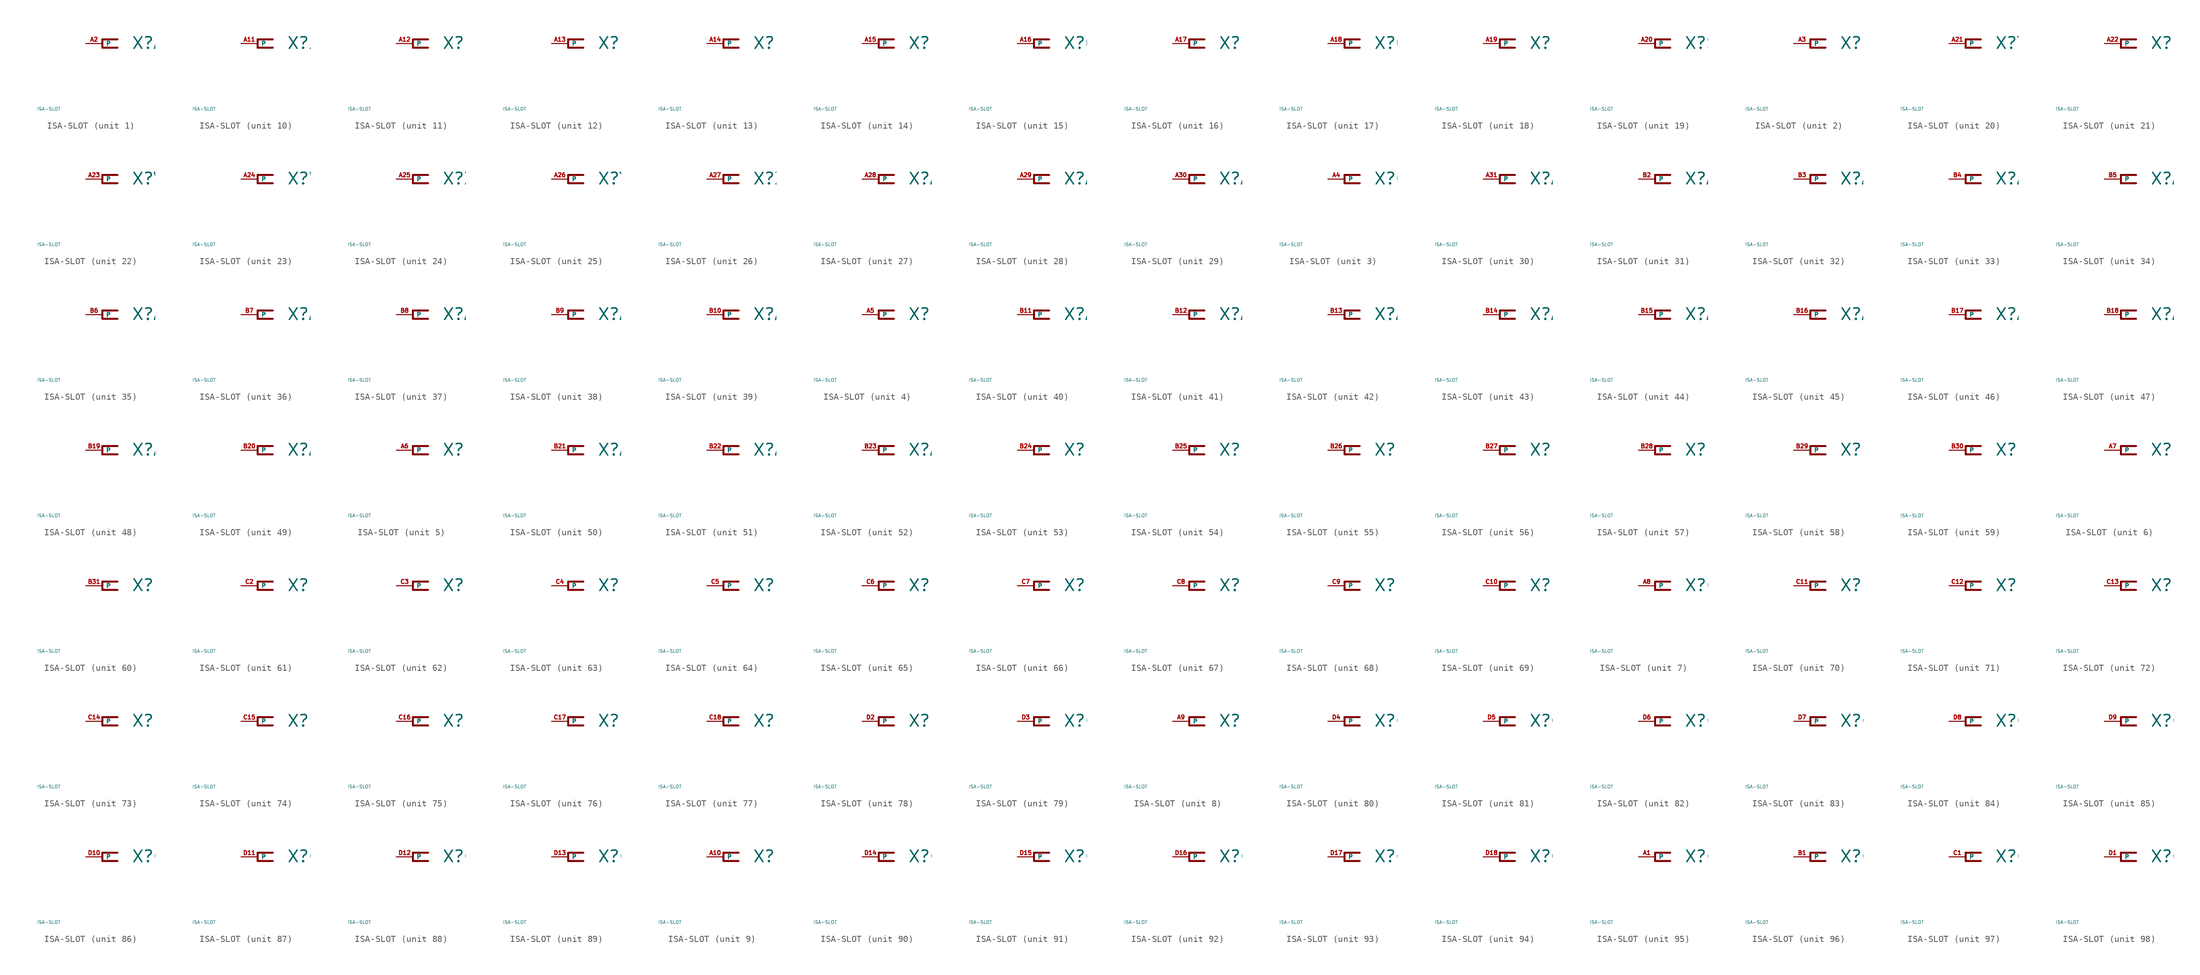
<source format=kicad_sym>
(kicad_symbol_lib
  (version 20220914)
  (generator Eagle2Kicad)
  (symbol "ISA-SLOT"
    (property "Reference" "X"
      (at 4.445 -0.965 0)
      (effects (font (size 1.778 1.778) (thickness 0.22)) (justify left bottom)))
    (property "Value" "ISA-SLOT"
      (at -10 -10 0)
      (effects (font (size 0.5 0.5) (thickness 0.06)) (justify left)))
    (symbol "ISA-SLOT_1_0"
      (polyline (pts (xy 0 0.635) (xy 2.311 0.635)) (stroke (width 0.305) (type default)) (fill (type none)))
      (polyline (pts (xy 2.311 -0.635) (xy 0 -0.635)) (stroke (width 0.305) (type default)) (fill (type none)))
      (polyline (pts (xy 0 -0.635) (xy 0 0.635)) (stroke (width 0.305) (type default)) (fill (type none)))
      (pin passive line (at -2.54 0 0) (length 2.54) (name "P" (effects (font (size 0.635 0.635) (thickness 0.08)) (justify left bottom))) (number "A2" (effects (font (size 0.635 0.635) (thickness 0.08)) (justify left bottom)))))
    (symbol "ISA-SLOT_2_0"
      (polyline (pts (xy 0 0.635) (xy 2.311 0.635)) (stroke (width 0.305) (type default)) (fill (type none)))
      (polyline (pts (xy 2.311 -0.635) (xy 0 -0.635)) (stroke (width 0.305) (type default)) (fill (type none)))
      (polyline (pts (xy 0 -0.635) (xy 0 0.635)) (stroke (width 0.305) (type default)) (fill (type none)))
      (pin passive line (at -2.54 0 0) (length 2.54) (name "P" (effects (font (size 0.635 0.635) (thickness 0.08)) (justify left bottom))) (number "A3" (effects (font (size 0.635 0.635) (thickness 0.08)) (justify left bottom)))))
    (symbol "ISA-SLOT_3_0"
      (polyline (pts (xy 0 0.635) (xy 2.311 0.635)) (stroke (width 0.305) (type default)) (fill (type none)))
      (polyline (pts (xy 2.311 -0.635) (xy 0 -0.635)) (stroke (width 0.305) (type default)) (fill (type none)))
      (polyline (pts (xy 0 -0.635) (xy 0 0.635)) (stroke (width 0.305) (type default)) (fill (type none)))
      (pin passive line (at -2.54 0 0) (length 2.54) (name "P" (effects (font (size 0.635 0.635) (thickness 0.08)) (justify left bottom))) (number "A4" (effects (font (size 0.635 0.635) (thickness 0.08)) (justify left bottom)))))
    (symbol "ISA-SLOT_4_0"
      (polyline (pts (xy 0 0.635) (xy 2.311 0.635)) (stroke (width 0.305) (type default)) (fill (type none)))
      (polyline (pts (xy 2.311 -0.635) (xy 0 -0.635)) (stroke (width 0.305) (type default)) (fill (type none)))
      (polyline (pts (xy 0 -0.635) (xy 0 0.635)) (stroke (width 0.305) (type default)) (fill (type none)))
      (pin passive line (at -2.54 0 0) (length 2.54) (name "P" (effects (font (size 0.635 0.635) (thickness 0.08)) (justify left bottom))) (number "A5" (effects (font (size 0.635 0.635) (thickness 0.08)) (justify left bottom)))))
    (symbol "ISA-SLOT_5_0"
      (polyline (pts (xy 0 0.635) (xy 2.311 0.635)) (stroke (width 0.305) (type default)) (fill (type none)))
      (polyline (pts (xy 2.311 -0.635) (xy 0 -0.635)) (stroke (width 0.305) (type default)) (fill (type none)))
      (polyline (pts (xy 0 -0.635) (xy 0 0.635)) (stroke (width 0.305) (type default)) (fill (type none)))
      (pin passive line (at -2.54 0 0) (length 2.54) (name "P" (effects (font (size 0.635 0.635) (thickness 0.08)) (justify left bottom))) (number "A6" (effects (font (size 0.635 0.635) (thickness 0.08)) (justify left bottom)))))
    (symbol "ISA-SLOT_6_0"
      (polyline (pts (xy 0 0.635) (xy 2.311 0.635)) (stroke (width 0.305) (type default)) (fill (type none)))
      (polyline (pts (xy 2.311 -0.635) (xy 0 -0.635)) (stroke (width 0.305) (type default)) (fill (type none)))
      (polyline (pts (xy 0 -0.635) (xy 0 0.635)) (stroke (width 0.305) (type default)) (fill (type none)))
      (pin passive line (at -2.54 0 0) (length 2.54) (name "P" (effects (font (size 0.635 0.635) (thickness 0.08)) (justify left bottom))) (number "A7" (effects (font (size 0.635 0.635) (thickness 0.08)) (justify left bottom)))))
    (symbol "ISA-SLOT_7_0"
      (polyline (pts (xy 0 0.635) (xy 2.311 0.635)) (stroke (width 0.305) (type default)) (fill (type none)))
      (polyline (pts (xy 2.311 -0.635) (xy 0 -0.635)) (stroke (width 0.305) (type default)) (fill (type none)))
      (polyline (pts (xy 0 -0.635) (xy 0 0.635)) (stroke (width 0.305) (type default)) (fill (type none)))
      (pin passive line (at -2.54 0 0) (length 2.54) (name "P" (effects (font (size 0.635 0.635) (thickness 0.08)) (justify left bottom))) (number "A8" (effects (font (size 0.635 0.635) (thickness 0.08)) (justify left bottom)))))
    (symbol "ISA-SLOT_8_0"
      (polyline (pts (xy 0 0.635) (xy 2.311 0.635)) (stroke (width 0.305) (type default)) (fill (type none)))
      (polyline (pts (xy 2.311 -0.635) (xy 0 -0.635)) (stroke (width 0.305) (type default)) (fill (type none)))
      (polyline (pts (xy 0 -0.635) (xy 0 0.635)) (stroke (width 0.305) (type default)) (fill (type none)))
      (pin passive line (at -2.54 0 0) (length 2.54) (name "P" (effects (font (size 0.635 0.635) (thickness 0.08)) (justify left bottom))) (number "A9" (effects (font (size 0.635 0.635) (thickness 0.08)) (justify left bottom)))))
    (symbol "ISA-SLOT_9_0"
      (polyline (pts (xy 0 0.635) (xy 2.311 0.635)) (stroke (width 0.305) (type default)) (fill (type none)))
      (polyline (pts (xy 2.311 -0.635) (xy 0 -0.635)) (stroke (width 0.305) (type default)) (fill (type none)))
      (polyline (pts (xy 0 -0.635) (xy 0 0.635)) (stroke (width 0.305) (type default)) (fill (type none)))
      (pin passive line (at -2.54 0 0) (length 2.54) (name "P" (effects (font (size 0.635 0.635) (thickness 0.08)) (justify left bottom))) (number "A10" (effects (font (size 0.635 0.635) (thickness 0.08)) (justify left bottom)))))
    (symbol "ISA-SLOT_10_0"
      (polyline (pts (xy 0 0.635) (xy 2.311 0.635)) (stroke (width 0.305) (type default)) (fill (type none)))
      (polyline (pts (xy 2.311 -0.635) (xy 0 -0.635)) (stroke (width 0.305) (type default)) (fill (type none)))
      (polyline (pts (xy 0 -0.635) (xy 0 0.635)) (stroke (width 0.305) (type default)) (fill (type none)))
      (pin passive line (at -2.54 0 0) (length 2.54) (name "P" (effects (font (size 0.635 0.635) (thickness 0.08)) (justify left bottom))) (number "A11" (effects (font (size 0.635 0.635) (thickness 0.08)) (justify left bottom)))))
    (symbol "ISA-SLOT_11_0"
      (polyline (pts (xy 0 0.635) (xy 2.311 0.635)) (stroke (width 0.305) (type default)) (fill (type none)))
      (polyline (pts (xy 2.311 -0.635) (xy 0 -0.635)) (stroke (width 0.305) (type default)) (fill (type none)))
      (polyline (pts (xy 0 -0.635) (xy 0 0.635)) (stroke (width 0.305) (type default)) (fill (type none)))
      (pin passive line (at -2.54 0 0) (length 2.54) (name "P" (effects (font (size 0.635 0.635) (thickness 0.08)) (justify left bottom))) (number "A12" (effects (font (size 0.635 0.635) (thickness 0.08)) (justify left bottom)))))
    (symbol "ISA-SLOT_12_0"
      (polyline (pts (xy 0 0.635) (xy 2.311 0.635)) (stroke (width 0.305) (type default)) (fill (type none)))
      (polyline (pts (xy 2.311 -0.635) (xy 0 -0.635)) (stroke (width 0.305) (type default)) (fill (type none)))
      (polyline (pts (xy 0 -0.635) (xy 0 0.635)) (stroke (width 0.305) (type default)) (fill (type none)))
      (pin passive line (at -2.54 0 0) (length 2.54) (name "P" (effects (font (size 0.635 0.635) (thickness 0.08)) (justify left bottom))) (number "A13" (effects (font (size 0.635 0.635) (thickness 0.08)) (justify left bottom)))))
    (symbol "ISA-SLOT_13_0"
      (polyline (pts (xy 0 0.635) (xy 2.311 0.635)) (stroke (width 0.305) (type default)) (fill (type none)))
      (polyline (pts (xy 2.311 -0.635) (xy 0 -0.635)) (stroke (width 0.305) (type default)) (fill (type none)))
      (polyline (pts (xy 0 -0.635) (xy 0 0.635)) (stroke (width 0.305) (type default)) (fill (type none)))
      (pin passive line (at -2.54 0 0) (length 2.54) (name "P" (effects (font (size 0.635 0.635) (thickness 0.08)) (justify left bottom))) (number "A14" (effects (font (size 0.635 0.635) (thickness 0.08)) (justify left bottom)))))
    (symbol "ISA-SLOT_14_0"
      (polyline (pts (xy 0 0.635) (xy 2.311 0.635)) (stroke (width 0.305) (type default)) (fill (type none)))
      (polyline (pts (xy 2.311 -0.635) (xy 0 -0.635)) (stroke (width 0.305) (type default)) (fill (type none)))
      (polyline (pts (xy 0 -0.635) (xy 0 0.635)) (stroke (width 0.305) (type default)) (fill (type none)))
      (pin passive line (at -2.54 0 0) (length 2.54) (name "P" (effects (font (size 0.635 0.635) (thickness 0.08)) (justify left bottom))) (number "A15" (effects (font (size 0.635 0.635) (thickness 0.08)) (justify left bottom)))))
    (symbol "ISA-SLOT_15_0"
      (polyline (pts (xy 0 0.635) (xy 2.311 0.635)) (stroke (width 0.305) (type default)) (fill (type none)))
      (polyline (pts (xy 2.311 -0.635) (xy 0 -0.635)) (stroke (width 0.305) (type default)) (fill (type none)))
      (polyline (pts (xy 0 -0.635) (xy 0 0.635)) (stroke (width 0.305) (type default)) (fill (type none)))
      (pin passive line (at -2.54 0 0) (length 2.54) (name "P" (effects (font (size 0.635 0.635) (thickness 0.08)) (justify left bottom))) (number "A16" (effects (font (size 0.635 0.635) (thickness 0.08)) (justify left bottom)))))
    (symbol "ISA-SLOT_16_0"
      (polyline (pts (xy 0 0.635) (xy 2.311 0.635)) (stroke (width 0.305) (type default)) (fill (type none)))
      (polyline (pts (xy 2.311 -0.635) (xy 0 -0.635)) (stroke (width 0.305) (type default)) (fill (type none)))
      (polyline (pts (xy 0 -0.635) (xy 0 0.635)) (stroke (width 0.305) (type default)) (fill (type none)))
      (pin passive line (at -2.54 0 0) (length 2.54) (name "P" (effects (font (size 0.635 0.635) (thickness 0.08)) (justify left bottom))) (number "A17" (effects (font (size 0.635 0.635) (thickness 0.08)) (justify left bottom)))))
    (symbol "ISA-SLOT_17_0"
      (polyline (pts (xy 0 0.635) (xy 2.311 0.635)) (stroke (width 0.305) (type default)) (fill (type none)))
      (polyline (pts (xy 2.311 -0.635) (xy 0 -0.635)) (stroke (width 0.305) (type default)) (fill (type none)))
      (polyline (pts (xy 0 -0.635) (xy 0 0.635)) (stroke (width 0.305) (type default)) (fill (type none)))
      (pin passive line (at -2.54 0 0) (length 2.54) (name "P" (effects (font (size 0.635 0.635) (thickness 0.08)) (justify left bottom))) (number "A18" (effects (font (size 0.635 0.635) (thickness 0.08)) (justify left bottom)))))
    (symbol "ISA-SLOT_18_0"
      (polyline (pts (xy 0 0.635) (xy 2.311 0.635)) (stroke (width 0.305) (type default)) (fill (type none)))
      (polyline (pts (xy 2.311 -0.635) (xy 0 -0.635)) (stroke (width 0.305) (type default)) (fill (type none)))
      (polyline (pts (xy 0 -0.635) (xy 0 0.635)) (stroke (width 0.305) (type default)) (fill (type none)))
      (pin passive line (at -2.54 0 0) (length 2.54) (name "P" (effects (font (size 0.635 0.635) (thickness 0.08)) (justify left bottom))) (number "A19" (effects (font (size 0.635 0.635) (thickness 0.08)) (justify left bottom)))))
    (symbol "ISA-SLOT_19_0"
      (polyline (pts (xy 0 0.635) (xy 2.311 0.635)) (stroke (width 0.305) (type default)) (fill (type none)))
      (polyline (pts (xy 2.311 -0.635) (xy 0 -0.635)) (stroke (width 0.305) (type default)) (fill (type none)))
      (polyline (pts (xy 0 -0.635) (xy 0 0.635)) (stroke (width 0.305) (type default)) (fill (type none)))
      (pin passive line (at -2.54 0 0) (length 2.54) (name "P" (effects (font (size 0.635 0.635) (thickness 0.08)) (justify left bottom))) (number "A20" (effects (font (size 0.635 0.635) (thickness 0.08)) (justify left bottom)))))
    (symbol "ISA-SLOT_20_0"
      (polyline (pts (xy 0 0.635) (xy 2.311 0.635)) (stroke (width 0.305) (type default)) (fill (type none)))
      (polyline (pts (xy 2.311 -0.635) (xy 0 -0.635)) (stroke (width 0.305) (type default)) (fill (type none)))
      (polyline (pts (xy 0 -0.635) (xy 0 0.635)) (stroke (width 0.305) (type default)) (fill (type none)))
      (pin passive line (at -2.54 0 0) (length 2.54) (name "P" (effects (font (size 0.635 0.635) (thickness 0.08)) (justify left bottom))) (number "A21" (effects (font (size 0.635 0.635) (thickness 0.08)) (justify left bottom)))))
    (symbol "ISA-SLOT_21_0"
      (polyline (pts (xy 0 0.635) (xy 2.311 0.635)) (stroke (width 0.305) (type default)) (fill (type none)))
      (polyline (pts (xy 2.311 -0.635) (xy 0 -0.635)) (stroke (width 0.305) (type default)) (fill (type none)))
      (polyline (pts (xy 0 -0.635) (xy 0 0.635)) (stroke (width 0.305) (type default)) (fill (type none)))
      (pin passive line (at -2.54 0 0) (length 2.54) (name "P" (effects (font (size 0.635 0.635) (thickness 0.08)) (justify left bottom))) (number "A22" (effects (font (size 0.635 0.635) (thickness 0.08)) (justify left bottom)))))
    (symbol "ISA-SLOT_22_0"
      (polyline (pts (xy 0 0.635) (xy 2.311 0.635)) (stroke (width 0.305) (type default)) (fill (type none)))
      (polyline (pts (xy 2.311 -0.635) (xy 0 -0.635)) (stroke (width 0.305) (type default)) (fill (type none)))
      (polyline (pts (xy 0 -0.635) (xy 0 0.635)) (stroke (width 0.305) (type default)) (fill (type none)))
      (pin passive line (at -2.54 0 0) (length 2.54) (name "P" (effects (font (size 0.635 0.635) (thickness 0.08)) (justify left bottom))) (number "A23" (effects (font (size 0.635 0.635) (thickness 0.08)) (justify left bottom)))))
    (symbol "ISA-SLOT_23_0"
      (polyline (pts (xy 0 0.635) (xy 2.311 0.635)) (stroke (width 0.305) (type default)) (fill (type none)))
      (polyline (pts (xy 2.311 -0.635) (xy 0 -0.635)) (stroke (width 0.305) (type default)) (fill (type none)))
      (polyline (pts (xy 0 -0.635) (xy 0 0.635)) (stroke (width 0.305) (type default)) (fill (type none)))
      (pin passive line (at -2.54 0 0) (length 2.54) (name "P" (effects (font (size 0.635 0.635) (thickness 0.08)) (justify left bottom))) (number "A24" (effects (font (size 0.635 0.635) (thickness 0.08)) (justify left bottom)))))
    (symbol "ISA-SLOT_24_0"
      (polyline (pts (xy 0 0.635) (xy 2.311 0.635)) (stroke (width 0.305) (type default)) (fill (type none)))
      (polyline (pts (xy 2.311 -0.635) (xy 0 -0.635)) (stroke (width 0.305) (type default)) (fill (type none)))
      (polyline (pts (xy 0 -0.635) (xy 0 0.635)) (stroke (width 0.305) (type default)) (fill (type none)))
      (pin passive line (at -2.54 0 0) (length 2.54) (name "P" (effects (font (size 0.635 0.635) (thickness 0.08)) (justify left bottom))) (number "A25" (effects (font (size 0.635 0.635) (thickness 0.08)) (justify left bottom)))))
    (symbol "ISA-SLOT_25_0"
      (polyline (pts (xy 0 0.635) (xy 2.311 0.635)) (stroke (width 0.305) (type default)) (fill (type none)))
      (polyline (pts (xy 2.311 -0.635) (xy 0 -0.635)) (stroke (width 0.305) (type default)) (fill (type none)))
      (polyline (pts (xy 0 -0.635) (xy 0 0.635)) (stroke (width 0.305) (type default)) (fill (type none)))
      (pin passive line (at -2.54 0 0) (length 2.54) (name "P" (effects (font (size 0.635 0.635) (thickness 0.08)) (justify left bottom))) (number "A26" (effects (font (size 0.635 0.635) (thickness 0.08)) (justify left bottom)))))
    (symbol "ISA-SLOT_26_0"
      (polyline (pts (xy 0 0.635) (xy 2.311 0.635)) (stroke (width 0.305) (type default)) (fill (type none)))
      (polyline (pts (xy 2.311 -0.635) (xy 0 -0.635)) (stroke (width 0.305) (type default)) (fill (type none)))
      (polyline (pts (xy 0 -0.635) (xy 0 0.635)) (stroke (width 0.305) (type default)) (fill (type none)))
      (pin passive line (at -2.54 0 0) (length 2.54) (name "P" (effects (font (size 0.635 0.635) (thickness 0.08)) (justify left bottom))) (number "A27" (effects (font (size 0.635 0.635) (thickness 0.08)) (justify left bottom)))))
    (symbol "ISA-SLOT_27_0"
      (polyline (pts (xy 0 0.635) (xy 2.311 0.635)) (stroke (width 0.305) (type default)) (fill (type none)))
      (polyline (pts (xy 2.311 -0.635) (xy 0 -0.635)) (stroke (width 0.305) (type default)) (fill (type none)))
      (polyline (pts (xy 0 -0.635) (xy 0 0.635)) (stroke (width 0.305) (type default)) (fill (type none)))
      (pin passive line (at -2.54 0 0) (length 2.54) (name "P" (effects (font (size 0.635 0.635) (thickness 0.08)) (justify left bottom))) (number "A28" (effects (font (size 0.635 0.635) (thickness 0.08)) (justify left bottom)))))
    (symbol "ISA-SLOT_28_0"
      (polyline (pts (xy 0 0.635) (xy 2.311 0.635)) (stroke (width 0.305) (type default)) (fill (type none)))
      (polyline (pts (xy 2.311 -0.635) (xy 0 -0.635)) (stroke (width 0.305) (type default)) (fill (type none)))
      (polyline (pts (xy 0 -0.635) (xy 0 0.635)) (stroke (width 0.305) (type default)) (fill (type none)))
      (pin passive line (at -2.54 0 0) (length 2.54) (name "P" (effects (font (size 0.635 0.635) (thickness 0.08)) (justify left bottom))) (number "A29" (effects (font (size 0.635 0.635) (thickness 0.08)) (justify left bottom)))))
    (symbol "ISA-SLOT_29_0"
      (polyline (pts (xy 0 0.635) (xy 2.311 0.635)) (stroke (width 0.305) (type default)) (fill (type none)))
      (polyline (pts (xy 2.311 -0.635) (xy 0 -0.635)) (stroke (width 0.305) (type default)) (fill (type none)))
      (polyline (pts (xy 0 -0.635) (xy 0 0.635)) (stroke (width 0.305) (type default)) (fill (type none)))
      (pin passive line (at -2.54 0 0) (length 2.54) (name "P" (effects (font (size 0.635 0.635) (thickness 0.08)) (justify left bottom))) (number "A30" (effects (font (size 0.635 0.635) (thickness 0.08)) (justify left bottom)))))
    (symbol "ISA-SLOT_30_0"
      (polyline (pts (xy 0 0.635) (xy 2.311 0.635)) (stroke (width 0.305) (type default)) (fill (type none)))
      (polyline (pts (xy 2.311 -0.635) (xy 0 -0.635)) (stroke (width 0.305) (type default)) (fill (type none)))
      (polyline (pts (xy 0 -0.635) (xy 0 0.635)) (stroke (width 0.305) (type default)) (fill (type none)))
      (pin passive line (at -2.54 0 0) (length 2.54) (name "P" (effects (font (size 0.635 0.635) (thickness 0.08)) (justify left bottom))) (number "A31" (effects (font (size 0.635 0.635) (thickness 0.08)) (justify left bottom)))))
    (symbol "ISA-SLOT_31_0"
      (polyline (pts (xy 0 0.635) (xy 2.311 0.635)) (stroke (width 0.305) (type default)) (fill (type none)))
      (polyline (pts (xy 2.311 -0.635) (xy 0 -0.635)) (stroke (width 0.305) (type default)) (fill (type none)))
      (polyline (pts (xy 0 -0.635) (xy 0 0.635)) (stroke (width 0.305) (type default)) (fill (type none)))
      (pin passive line (at -2.54 0 0) (length 2.54) (name "P" (effects (font (size 0.635 0.635) (thickness 0.08)) (justify left bottom))) (number "B2" (effects (font (size 0.635 0.635) (thickness 0.08)) (justify left bottom)))))
    (symbol "ISA-SLOT_32_0"
      (polyline (pts (xy 0 0.635) (xy 2.311 0.635)) (stroke (width 0.305) (type default)) (fill (type none)))
      (polyline (pts (xy 2.311 -0.635) (xy 0 -0.635)) (stroke (width 0.305) (type default)) (fill (type none)))
      (polyline (pts (xy 0 -0.635) (xy 0 0.635)) (stroke (width 0.305) (type default)) (fill (type none)))
      (pin passive line (at -2.54 0 0) (length 2.54) (name "P" (effects (font (size 0.635 0.635) (thickness 0.08)) (justify left bottom))) (number "B3" (effects (font (size 0.635 0.635) (thickness 0.08)) (justify left bottom)))))
    (symbol "ISA-SLOT_33_0"
      (polyline (pts (xy 0 0.635) (xy 2.311 0.635)) (stroke (width 0.305) (type default)) (fill (type none)))
      (polyline (pts (xy 2.311 -0.635) (xy 0 -0.635)) (stroke (width 0.305) (type default)) (fill (type none)))
      (polyline (pts (xy 0 -0.635) (xy 0 0.635)) (stroke (width 0.305) (type default)) (fill (type none)))
      (pin passive line (at -2.54 0 0) (length 2.54) (name "P" (effects (font (size 0.635 0.635) (thickness 0.08)) (justify left bottom))) (number "B4" (effects (font (size 0.635 0.635) (thickness 0.08)) (justify left bottom)))))
    (symbol "ISA-SLOT_34_0"
      (polyline (pts (xy 0 0.635) (xy 2.311 0.635)) (stroke (width 0.305) (type default)) (fill (type none)))
      (polyline (pts (xy 2.311 -0.635) (xy 0 -0.635)) (stroke (width 0.305) (type default)) (fill (type none)))
      (polyline (pts (xy 0 -0.635) (xy 0 0.635)) (stroke (width 0.305) (type default)) (fill (type none)))
      (pin passive line (at -2.54 0 0) (length 2.54) (name "P" (effects (font (size 0.635 0.635) (thickness 0.08)) (justify left bottom))) (number "B5" (effects (font (size 0.635 0.635) (thickness 0.08)) (justify left bottom)))))
    (symbol "ISA-SLOT_35_0"
      (polyline (pts (xy 0 0.635) (xy 2.311 0.635)) (stroke (width 0.305) (type default)) (fill (type none)))
      (polyline (pts (xy 2.311 -0.635) (xy 0 -0.635)) (stroke (width 0.305) (type default)) (fill (type none)))
      (polyline (pts (xy 0 -0.635) (xy 0 0.635)) (stroke (width 0.305) (type default)) (fill (type none)))
      (pin passive line (at -2.54 0 0) (length 2.54) (name "P" (effects (font (size 0.635 0.635) (thickness 0.08)) (justify left bottom))) (number "B6" (effects (font (size 0.635 0.635) (thickness 0.08)) (justify left bottom)))))
    (symbol "ISA-SLOT_36_0"
      (polyline (pts (xy 0 0.635) (xy 2.311 0.635)) (stroke (width 0.305) (type default)) (fill (type none)))
      (polyline (pts (xy 2.311 -0.635) (xy 0 -0.635)) (stroke (width 0.305) (type default)) (fill (type none)))
      (polyline (pts (xy 0 -0.635) (xy 0 0.635)) (stroke (width 0.305) (type default)) (fill (type none)))
      (pin passive line (at -2.54 0 0) (length 2.54) (name "P" (effects (font (size 0.635 0.635) (thickness 0.08)) (justify left bottom))) (number "B7" (effects (font (size 0.635 0.635) (thickness 0.08)) (justify left bottom)))))
    (symbol "ISA-SLOT_37_0"
      (polyline (pts (xy 0 0.635) (xy 2.311 0.635)) (stroke (width 0.305) (type default)) (fill (type none)))
      (polyline (pts (xy 2.311 -0.635) (xy 0 -0.635)) (stroke (width 0.305) (type default)) (fill (type none)))
      (polyline (pts (xy 0 -0.635) (xy 0 0.635)) (stroke (width 0.305) (type default)) (fill (type none)))
      (pin passive line (at -2.54 0 0) (length 2.54) (name "P" (effects (font (size 0.635 0.635) (thickness 0.08)) (justify left bottom))) (number "B8" (effects (font (size 0.635 0.635) (thickness 0.08)) (justify left bottom)))))
    (symbol "ISA-SLOT_38_0"
      (polyline (pts (xy 0 0.635) (xy 2.311 0.635)) (stroke (width 0.305) (type default)) (fill (type none)))
      (polyline (pts (xy 2.311 -0.635) (xy 0 -0.635)) (stroke (width 0.305) (type default)) (fill (type none)))
      (polyline (pts (xy 0 -0.635) (xy 0 0.635)) (stroke (width 0.305) (type default)) (fill (type none)))
      (pin passive line (at -2.54 0 0) (length 2.54) (name "P" (effects (font (size 0.635 0.635) (thickness 0.08)) (justify left bottom))) (number "B9" (effects (font (size 0.635 0.635) (thickness 0.08)) (justify left bottom)))))
    (symbol "ISA-SLOT_39_0"
      (polyline (pts (xy 0 0.635) (xy 2.311 0.635)) (stroke (width 0.305) (type default)) (fill (type none)))
      (polyline (pts (xy 2.311 -0.635) (xy 0 -0.635)) (stroke (width 0.305) (type default)) (fill (type none)))
      (polyline (pts (xy 0 -0.635) (xy 0 0.635)) (stroke (width 0.305) (type default)) (fill (type none)))
      (pin passive line (at -2.54 0 0) (length 2.54) (name "P" (effects (font (size 0.635 0.635) (thickness 0.08)) (justify left bottom))) (number "B10" (effects (font (size 0.635 0.635) (thickness 0.08)) (justify left bottom)))))
    (symbol "ISA-SLOT_40_0"
      (polyline (pts (xy 0 0.635) (xy 2.311 0.635)) (stroke (width 0.305) (type default)) (fill (type none)))
      (polyline (pts (xy 2.311 -0.635) (xy 0 -0.635)) (stroke (width 0.305) (type default)) (fill (type none)))
      (polyline (pts (xy 0 -0.635) (xy 0 0.635)) (stroke (width 0.305) (type default)) (fill (type none)))
      (pin passive line (at -2.54 0 0) (length 2.54) (name "P" (effects (font (size 0.635 0.635) (thickness 0.08)) (justify left bottom))) (number "B11" (effects (font (size 0.635 0.635) (thickness 0.08)) (justify left bottom)))))
    (symbol "ISA-SLOT_41_0"
      (polyline (pts (xy 0 0.635) (xy 2.311 0.635)) (stroke (width 0.305) (type default)) (fill (type none)))
      (polyline (pts (xy 2.311 -0.635) (xy 0 -0.635)) (stroke (width 0.305) (type default)) (fill (type none)))
      (polyline (pts (xy 0 -0.635) (xy 0 0.635)) (stroke (width 0.305) (type default)) (fill (type none)))
      (pin passive line (at -2.54 0 0) (length 2.54) (name "P" (effects (font (size 0.635 0.635) (thickness 0.08)) (justify left bottom))) (number "B12" (effects (font (size 0.635 0.635) (thickness 0.08)) (justify left bottom)))))
    (symbol "ISA-SLOT_42_0"
      (polyline (pts (xy 0 0.635) (xy 2.311 0.635)) (stroke (width 0.305) (type default)) (fill (type none)))
      (polyline (pts (xy 2.311 -0.635) (xy 0 -0.635)) (stroke (width 0.305) (type default)) (fill (type none)))
      (polyline (pts (xy 0 -0.635) (xy 0 0.635)) (stroke (width 0.305) (type default)) (fill (type none)))
      (pin passive line (at -2.54 0 0) (length 2.54) (name "P" (effects (font (size 0.635 0.635) (thickness 0.08)) (justify left bottom))) (number "B13" (effects (font (size 0.635 0.635) (thickness 0.08)) (justify left bottom)))))
    (symbol "ISA-SLOT_43_0"
      (polyline (pts (xy 0 0.635) (xy 2.311 0.635)) (stroke (width 0.305) (type default)) (fill (type none)))
      (polyline (pts (xy 2.311 -0.635) (xy 0 -0.635)) (stroke (width 0.305) (type default)) (fill (type none)))
      (polyline (pts (xy 0 -0.635) (xy 0 0.635)) (stroke (width 0.305) (type default)) (fill (type none)))
      (pin passive line (at -2.54 0 0) (length 2.54) (name "P" (effects (font (size 0.635 0.635) (thickness 0.08)) (justify left bottom))) (number "B14" (effects (font (size 0.635 0.635) (thickness 0.08)) (justify left bottom)))))
    (symbol "ISA-SLOT_44_0"
      (polyline (pts (xy 0 0.635) (xy 2.311 0.635)) (stroke (width 0.305) (type default)) (fill (type none)))
      (polyline (pts (xy 2.311 -0.635) (xy 0 -0.635)) (stroke (width 0.305) (type default)) (fill (type none)))
      (polyline (pts (xy 0 -0.635) (xy 0 0.635)) (stroke (width 0.305) (type default)) (fill (type none)))
      (pin passive line (at -2.54 0 0) (length 2.54) (name "P" (effects (font (size 0.635 0.635) (thickness 0.08)) (justify left bottom))) (number "B15" (effects (font (size 0.635 0.635) (thickness 0.08)) (justify left bottom)))))
    (symbol "ISA-SLOT_45_0"
      (polyline (pts (xy 0 0.635) (xy 2.311 0.635)) (stroke (width 0.305) (type default)) (fill (type none)))
      (polyline (pts (xy 2.311 -0.635) (xy 0 -0.635)) (stroke (width 0.305) (type default)) (fill (type none)))
      (polyline (pts (xy 0 -0.635) (xy 0 0.635)) (stroke (width 0.305) (type default)) (fill (type none)))
      (pin passive line (at -2.54 0 0) (length 2.54) (name "P" (effects (font (size 0.635 0.635) (thickness 0.08)) (justify left bottom))) (number "B16" (effects (font (size 0.635 0.635) (thickness 0.08)) (justify left bottom)))))
    (symbol "ISA-SLOT_46_0"
      (polyline (pts (xy 0 0.635) (xy 2.311 0.635)) (stroke (width 0.305) (type default)) (fill (type none)))
      (polyline (pts (xy 2.311 -0.635) (xy 0 -0.635)) (stroke (width 0.305) (type default)) (fill (type none)))
      (polyline (pts (xy 0 -0.635) (xy 0 0.635)) (stroke (width 0.305) (type default)) (fill (type none)))
      (pin passive line (at -2.54 0 0) (length 2.54) (name "P" (effects (font (size 0.635 0.635) (thickness 0.08)) (justify left bottom))) (number "B17" (effects (font (size 0.635 0.635) (thickness 0.08)) (justify left bottom)))))
    (symbol "ISA-SLOT_47_0"
      (polyline (pts (xy 0 0.635) (xy 2.311 0.635)) (stroke (width 0.305) (type default)) (fill (type none)))
      (polyline (pts (xy 2.311 -0.635) (xy 0 -0.635)) (stroke (width 0.305) (type default)) (fill (type none)))
      (polyline (pts (xy 0 -0.635) (xy 0 0.635)) (stroke (width 0.305) (type default)) (fill (type none)))
      (pin passive line (at -2.54 0 0) (length 2.54) (name "P" (effects (font (size 0.635 0.635) (thickness 0.08)) (justify left bottom))) (number "B18" (effects (font (size 0.635 0.635) (thickness 0.08)) (justify left bottom)))))
    (symbol "ISA-SLOT_48_0"
      (polyline (pts (xy 0 0.635) (xy 2.311 0.635)) (stroke (width 0.305) (type default)) (fill (type none)))
      (polyline (pts (xy 2.311 -0.635) (xy 0 -0.635)) (stroke (width 0.305) (type default)) (fill (type none)))
      (polyline (pts (xy 0 -0.635) (xy 0 0.635)) (stroke (width 0.305) (type default)) (fill (type none)))
      (pin passive line (at -2.54 0 0) (length 2.54) (name "P" (effects (font (size 0.635 0.635) (thickness 0.08)) (justify left bottom))) (number "B19" (effects (font (size 0.635 0.635) (thickness 0.08)) (justify left bottom)))))
    (symbol "ISA-SLOT_49_0"
      (polyline (pts (xy 0 0.635) (xy 2.311 0.635)) (stroke (width 0.305) (type default)) (fill (type none)))
      (polyline (pts (xy 2.311 -0.635) (xy 0 -0.635)) (stroke (width 0.305) (type default)) (fill (type none)))
      (polyline (pts (xy 0 -0.635) (xy 0 0.635)) (stroke (width 0.305) (type default)) (fill (type none)))
      (pin passive line (at -2.54 0 0) (length 2.54) (name "P" (effects (font (size 0.635 0.635) (thickness 0.08)) (justify left bottom))) (number "B20" (effects (font (size 0.635 0.635) (thickness 0.08)) (justify left bottom)))))
    (symbol "ISA-SLOT_50_0"
      (polyline (pts (xy 0 0.635) (xy 2.311 0.635)) (stroke (width 0.305) (type default)) (fill (type none)))
      (polyline (pts (xy 2.311 -0.635) (xy 0 -0.635)) (stroke (width 0.305) (type default)) (fill (type none)))
      (polyline (pts (xy 0 -0.635) (xy 0 0.635)) (stroke (width 0.305) (type default)) (fill (type none)))
      (pin passive line (at -2.54 0 0) (length 2.54) (name "P" (effects (font (size 0.635 0.635) (thickness 0.08)) (justify left bottom))) (number "B21" (effects (font (size 0.635 0.635) (thickness 0.08)) (justify left bottom)))))
    (symbol "ISA-SLOT_51_0"
      (polyline (pts (xy 0 0.635) (xy 2.311 0.635)) (stroke (width 0.305) (type default)) (fill (type none)))
      (polyline (pts (xy 2.311 -0.635) (xy 0 -0.635)) (stroke (width 0.305) (type default)) (fill (type none)))
      (polyline (pts (xy 0 -0.635) (xy 0 0.635)) (stroke (width 0.305) (type default)) (fill (type none)))
      (pin passive line (at -2.54 0 0) (length 2.54) (name "P" (effects (font (size 0.635 0.635) (thickness 0.08)) (justify left bottom))) (number "B22" (effects (font (size 0.635 0.635) (thickness 0.08)) (justify left bottom)))))
    (symbol "ISA-SLOT_52_0"
      (polyline (pts (xy 0 0.635) (xy 2.311 0.635)) (stroke (width 0.305) (type default)) (fill (type none)))
      (polyline (pts (xy 2.311 -0.635) (xy 0 -0.635)) (stroke (width 0.305) (type default)) (fill (type none)))
      (polyline (pts (xy 0 -0.635) (xy 0 0.635)) (stroke (width 0.305) (type default)) (fill (type none)))
      (pin passive line (at -2.54 0 0) (length 2.54) (name "P" (effects (font (size 0.635 0.635) (thickness 0.08)) (justify left bottom))) (number "B23" (effects (font (size 0.635 0.635) (thickness 0.08)) (justify left bottom)))))
    (symbol "ISA-SLOT_53_0"
      (polyline (pts (xy 0 0.635) (xy 2.311 0.635)) (stroke (width 0.305) (type default)) (fill (type none)))
      (polyline (pts (xy 2.311 -0.635) (xy 0 -0.635)) (stroke (width 0.305) (type default)) (fill (type none)))
      (polyline (pts (xy 0 -0.635) (xy 0 0.635)) (stroke (width 0.305) (type default)) (fill (type none)))
      (pin passive line (at -2.54 0 0) (length 2.54) (name "P" (effects (font (size 0.635 0.635) (thickness 0.08)) (justify left bottom))) (number "B24" (effects (font (size 0.635 0.635) (thickness 0.08)) (justify left bottom)))))
    (symbol "ISA-SLOT_54_0"
      (polyline (pts (xy 0 0.635) (xy 2.311 0.635)) (stroke (width 0.305) (type default)) (fill (type none)))
      (polyline (pts (xy 2.311 -0.635) (xy 0 -0.635)) (stroke (width 0.305) (type default)) (fill (type none)))
      (polyline (pts (xy 0 -0.635) (xy 0 0.635)) (stroke (width 0.305) (type default)) (fill (type none)))
      (pin passive line (at -2.54 0 0) (length 2.54) (name "P" (effects (font (size 0.635 0.635) (thickness 0.08)) (justify left bottom))) (number "B25" (effects (font (size 0.635 0.635) (thickness 0.08)) (justify left bottom)))))
    (symbol "ISA-SLOT_55_0"
      (polyline (pts (xy 0 0.635) (xy 2.311 0.635)) (stroke (width 0.305) (type default)) (fill (type none)))
      (polyline (pts (xy 2.311 -0.635) (xy 0 -0.635)) (stroke (width 0.305) (type default)) (fill (type none)))
      (polyline (pts (xy 0 -0.635) (xy 0 0.635)) (stroke (width 0.305) (type default)) (fill (type none)))
      (pin passive line (at -2.54 0 0) (length 2.54) (name "P" (effects (font (size 0.635 0.635) (thickness 0.08)) (justify left bottom))) (number "B26" (effects (font (size 0.635 0.635) (thickness 0.08)) (justify left bottom)))))
    (symbol "ISA-SLOT_56_0"
      (polyline (pts (xy 0 0.635) (xy 2.311 0.635)) (stroke (width 0.305) (type default)) (fill (type none)))
      (polyline (pts (xy 2.311 -0.635) (xy 0 -0.635)) (stroke (width 0.305) (type default)) (fill (type none)))
      (polyline (pts (xy 0 -0.635) (xy 0 0.635)) (stroke (width 0.305) (type default)) (fill (type none)))
      (pin passive line (at -2.54 0 0) (length 2.54) (name "P" (effects (font (size 0.635 0.635) (thickness 0.08)) (justify left bottom))) (number "B27" (effects (font (size 0.635 0.635) (thickness 0.08)) (justify left bottom)))))
    (symbol "ISA-SLOT_57_0"
      (polyline (pts (xy 0 0.635) (xy 2.311 0.635)) (stroke (width 0.305) (type default)) (fill (type none)))
      (polyline (pts (xy 2.311 -0.635) (xy 0 -0.635)) (stroke (width 0.305) (type default)) (fill (type none)))
      (polyline (pts (xy 0 -0.635) (xy 0 0.635)) (stroke (width 0.305) (type default)) (fill (type none)))
      (pin passive line (at -2.54 0 0) (length 2.54) (name "P" (effects (font (size 0.635 0.635) (thickness 0.08)) (justify left bottom))) (number "B28" (effects (font (size 0.635 0.635) (thickness 0.08)) (justify left bottom)))))
    (symbol "ISA-SLOT_58_0"
      (polyline (pts (xy 0 0.635) (xy 2.311 0.635)) (stroke (width 0.305) (type default)) (fill (type none)))
      (polyline (pts (xy 2.311 -0.635) (xy 0 -0.635)) (stroke (width 0.305) (type default)) (fill (type none)))
      (polyline (pts (xy 0 -0.635) (xy 0 0.635)) (stroke (width 0.305) (type default)) (fill (type none)))
      (pin passive line (at -2.54 0 0) (length 2.54) (name "P" (effects (font (size 0.635 0.635) (thickness 0.08)) (justify left bottom))) (number "B29" (effects (font (size 0.635 0.635) (thickness 0.08)) (justify left bottom)))))
    (symbol "ISA-SLOT_59_0"
      (polyline (pts (xy 0 0.635) (xy 2.311 0.635)) (stroke (width 0.305) (type default)) (fill (type none)))
      (polyline (pts (xy 2.311 -0.635) (xy 0 -0.635)) (stroke (width 0.305) (type default)) (fill (type none)))
      (polyline (pts (xy 0 -0.635) (xy 0 0.635)) (stroke (width 0.305) (type default)) (fill (type none)))
      (pin passive line (at -2.54 0 0) (length 2.54) (name "P" (effects (font (size 0.635 0.635) (thickness 0.08)) (justify left bottom))) (number "B30" (effects (font (size 0.635 0.635) (thickness 0.08)) (justify left bottom)))))
    (symbol "ISA-SLOT_60_0"
      (polyline (pts (xy 0 0.635) (xy 2.311 0.635)) (stroke (width 0.305) (type default)) (fill (type none)))
      (polyline (pts (xy 2.311 -0.635) (xy 0 -0.635)) (stroke (width 0.305) (type default)) (fill (type none)))
      (polyline (pts (xy 0 -0.635) (xy 0 0.635)) (stroke (width 0.305) (type default)) (fill (type none)))
      (pin passive line (at -2.54 0 0) (length 2.54) (name "P" (effects (font (size 0.635 0.635) (thickness 0.08)) (justify left bottom))) (number "B31" (effects (font (size 0.635 0.635) (thickness 0.08)) (justify left bottom)))))
    (symbol "ISA-SLOT_61_0"
      (polyline (pts (xy 0 0.635) (xy 2.311 0.635)) (stroke (width 0.305) (type default)) (fill (type none)))
      (polyline (pts (xy 2.311 -0.635) (xy 0 -0.635)) (stroke (width 0.305) (type default)) (fill (type none)))
      (polyline (pts (xy 0 -0.635) (xy 0 0.635)) (stroke (width 0.305) (type default)) (fill (type none)))
      (pin passive line (at -2.54 0 0) (length 2.54) (name "P" (effects (font (size 0.635 0.635) (thickness 0.08)) (justify left bottom))) (number "C2" (effects (font (size 0.635 0.635) (thickness 0.08)) (justify left bottom)))))
    (symbol "ISA-SLOT_62_0"
      (polyline (pts (xy 0 0.635) (xy 2.311 0.635)) (stroke (width 0.305) (type default)) (fill (type none)))
      (polyline (pts (xy 2.311 -0.635) (xy 0 -0.635)) (stroke (width 0.305) (type default)) (fill (type none)))
      (polyline (pts (xy 0 -0.635) (xy 0 0.635)) (stroke (width 0.305) (type default)) (fill (type none)))
      (pin passive line (at -2.54 0 0) (length 2.54) (name "P" (effects (font (size 0.635 0.635) (thickness 0.08)) (justify left bottom))) (number "C3" (effects (font (size 0.635 0.635) (thickness 0.08)) (justify left bottom)))))
    (symbol "ISA-SLOT_63_0"
      (polyline (pts (xy 0 0.635) (xy 2.311 0.635)) (stroke (width 0.305) (type default)) (fill (type none)))
      (polyline (pts (xy 2.311 -0.635) (xy 0 -0.635)) (stroke (width 0.305) (type default)) (fill (type none)))
      (polyline (pts (xy 0 -0.635) (xy 0 0.635)) (stroke (width 0.305) (type default)) (fill (type none)))
      (pin passive line (at -2.54 0 0) (length 2.54) (name "P" (effects (font (size 0.635 0.635) (thickness 0.08)) (justify left bottom))) (number "C4" (effects (font (size 0.635 0.635) (thickness 0.08)) (justify left bottom)))))
    (symbol "ISA-SLOT_64_0"
      (polyline (pts (xy 0 0.635) (xy 2.311 0.635)) (stroke (width 0.305) (type default)) (fill (type none)))
      (polyline (pts (xy 2.311 -0.635) (xy 0 -0.635)) (stroke (width 0.305) (type default)) (fill (type none)))
      (polyline (pts (xy 0 -0.635) (xy 0 0.635)) (stroke (width 0.305) (type default)) (fill (type none)))
      (pin passive line (at -2.54 0 0) (length 2.54) (name "P" (effects (font (size 0.635 0.635) (thickness 0.08)) (justify left bottom))) (number "C5" (effects (font (size 0.635 0.635) (thickness 0.08)) (justify left bottom)))))
    (symbol "ISA-SLOT_65_0"
      (polyline (pts (xy 0 0.635) (xy 2.311 0.635)) (stroke (width 0.305) (type default)) (fill (type none)))
      (polyline (pts (xy 2.311 -0.635) (xy 0 -0.635)) (stroke (width 0.305) (type default)) (fill (type none)))
      (polyline (pts (xy 0 -0.635) (xy 0 0.635)) (stroke (width 0.305) (type default)) (fill (type none)))
      (pin passive line (at -2.54 0 0) (length 2.54) (name "P" (effects (font (size 0.635 0.635) (thickness 0.08)) (justify left bottom))) (number "C6" (effects (font (size 0.635 0.635) (thickness 0.08)) (justify left bottom)))))
    (symbol "ISA-SLOT_66_0"
      (polyline (pts (xy 0 0.635) (xy 2.311 0.635)) (stroke (width 0.305) (type default)) (fill (type none)))
      (polyline (pts (xy 2.311 -0.635) (xy 0 -0.635)) (stroke (width 0.305) (type default)) (fill (type none)))
      (polyline (pts (xy 0 -0.635) (xy 0 0.635)) (stroke (width 0.305) (type default)) (fill (type none)))
      (pin passive line (at -2.54 0 0) (length 2.54) (name "P" (effects (font (size 0.635 0.635) (thickness 0.08)) (justify left bottom))) (number "C7" (effects (font (size 0.635 0.635) (thickness 0.08)) (justify left bottom)))))
    (symbol "ISA-SLOT_67_0"
      (polyline (pts (xy 0 0.635) (xy 2.311 0.635)) (stroke (width 0.305) (type default)) (fill (type none)))
      (polyline (pts (xy 2.311 -0.635) (xy 0 -0.635)) (stroke (width 0.305) (type default)) (fill (type none)))
      (polyline (pts (xy 0 -0.635) (xy 0 0.635)) (stroke (width 0.305) (type default)) (fill (type none)))
      (pin passive line (at -2.54 0 0) (length 2.54) (name "P" (effects (font (size 0.635 0.635) (thickness 0.08)) (justify left bottom))) (number "C8" (effects (font (size 0.635 0.635) (thickness 0.08)) (justify left bottom)))))
    (symbol "ISA-SLOT_68_0"
      (polyline (pts (xy 0 0.635) (xy 2.311 0.635)) (stroke (width 0.305) (type default)) (fill (type none)))
      (polyline (pts (xy 2.311 -0.635) (xy 0 -0.635)) (stroke (width 0.305) (type default)) (fill (type none)))
      (polyline (pts (xy 0 -0.635) (xy 0 0.635)) (stroke (width 0.305) (type default)) (fill (type none)))
      (pin passive line (at -2.54 0 0) (length 2.54) (name "P" (effects (font (size 0.635 0.635) (thickness 0.08)) (justify left bottom))) (number "C9" (effects (font (size 0.635 0.635) (thickness 0.08)) (justify left bottom)))))
    (symbol "ISA-SLOT_69_0"
      (polyline (pts (xy 0 0.635) (xy 2.311 0.635)) (stroke (width 0.305) (type default)) (fill (type none)))
      (polyline (pts (xy 2.311 -0.635) (xy 0 -0.635)) (stroke (width 0.305) (type default)) (fill (type none)))
      (polyline (pts (xy 0 -0.635) (xy 0 0.635)) (stroke (width 0.305) (type default)) (fill (type none)))
      (pin passive line (at -2.54 0 0) (length 2.54) (name "P" (effects (font (size 0.635 0.635) (thickness 0.08)) (justify left bottom))) (number "C10" (effects (font (size 0.635 0.635) (thickness 0.08)) (justify left bottom)))))
    (symbol "ISA-SLOT_70_0"
      (polyline (pts (xy 0 0.635) (xy 2.311 0.635)) (stroke (width 0.305) (type default)) (fill (type none)))
      (polyline (pts (xy 2.311 -0.635) (xy 0 -0.635)) (stroke (width 0.305) (type default)) (fill (type none)))
      (polyline (pts (xy 0 -0.635) (xy 0 0.635)) (stroke (width 0.305) (type default)) (fill (type none)))
      (pin passive line (at -2.54 0 0) (length 2.54) (name "P" (effects (font (size 0.635 0.635) (thickness 0.08)) (justify left bottom))) (number "C11" (effects (font (size 0.635 0.635) (thickness 0.08)) (justify left bottom)))))
    (symbol "ISA-SLOT_71_0"
      (polyline (pts (xy 0 0.635) (xy 2.311 0.635)) (stroke (width 0.305) (type default)) (fill (type none)))
      (polyline (pts (xy 2.311 -0.635) (xy 0 -0.635)) (stroke (width 0.305) (type default)) (fill (type none)))
      (polyline (pts (xy 0 -0.635) (xy 0 0.635)) (stroke (width 0.305) (type default)) (fill (type none)))
      (pin passive line (at -2.54 0 0) (length 2.54) (name "P" (effects (font (size 0.635 0.635) (thickness 0.08)) (justify left bottom))) (number "C12" (effects (font (size 0.635 0.635) (thickness 0.08)) (justify left bottom)))))
    (symbol "ISA-SLOT_72_0"
      (polyline (pts (xy 0 0.635) (xy 2.311 0.635)) (stroke (width 0.305) (type default)) (fill (type none)))
      (polyline (pts (xy 2.311 -0.635) (xy 0 -0.635)) (stroke (width 0.305) (type default)) (fill (type none)))
      (polyline (pts (xy 0 -0.635) (xy 0 0.635)) (stroke (width 0.305) (type default)) (fill (type none)))
      (pin passive line (at -2.54 0 0) (length 2.54) (name "P" (effects (font (size 0.635 0.635) (thickness 0.08)) (justify left bottom))) (number "C13" (effects (font (size 0.635 0.635) (thickness 0.08)) (justify left bottom)))))
    (symbol "ISA-SLOT_73_0"
      (polyline (pts (xy 0 0.635) (xy 2.311 0.635)) (stroke (width 0.305) (type default)) (fill (type none)))
      (polyline (pts (xy 2.311 -0.635) (xy 0 -0.635)) (stroke (width 0.305) (type default)) (fill (type none)))
      (polyline (pts (xy 0 -0.635) (xy 0 0.635)) (stroke (width 0.305) (type default)) (fill (type none)))
      (pin passive line (at -2.54 0 0) (length 2.54) (name "P" (effects (font (size 0.635 0.635) (thickness 0.08)) (justify left bottom))) (number "C14" (effects (font (size 0.635 0.635) (thickness 0.08)) (justify left bottom)))))
    (symbol "ISA-SLOT_74_0"
      (polyline (pts (xy 0 0.635) (xy 2.311 0.635)) (stroke (width 0.305) (type default)) (fill (type none)))
      (polyline (pts (xy 2.311 -0.635) (xy 0 -0.635)) (stroke (width 0.305) (type default)) (fill (type none)))
      (polyline (pts (xy 0 -0.635) (xy 0 0.635)) (stroke (width 0.305) (type default)) (fill (type none)))
      (pin passive line (at -2.54 0 0) (length 2.54) (name "P" (effects (font (size 0.635 0.635) (thickness 0.08)) (justify left bottom))) (number "C15" (effects (font (size 0.635 0.635) (thickness 0.08)) (justify left bottom)))))
    (symbol "ISA-SLOT_75_0"
      (polyline (pts (xy 0 0.635) (xy 2.311 0.635)) (stroke (width 0.305) (type default)) (fill (type none)))
      (polyline (pts (xy 2.311 -0.635) (xy 0 -0.635)) (stroke (width 0.305) (type default)) (fill (type none)))
      (polyline (pts (xy 0 -0.635) (xy 0 0.635)) (stroke (width 0.305) (type default)) (fill (type none)))
      (pin passive line (at -2.54 0 0) (length 2.54) (name "P" (effects (font (size 0.635 0.635) (thickness 0.08)) (justify left bottom))) (number "C16" (effects (font (size 0.635 0.635) (thickness 0.08)) (justify left bottom)))))
    (symbol "ISA-SLOT_76_0"
      (polyline (pts (xy 0 0.635) (xy 2.311 0.635)) (stroke (width 0.305) (type default)) (fill (type none)))
      (polyline (pts (xy 2.311 -0.635) (xy 0 -0.635)) (stroke (width 0.305) (type default)) (fill (type none)))
      (polyline (pts (xy 0 -0.635) (xy 0 0.635)) (stroke (width 0.305) (type default)) (fill (type none)))
      (pin passive line (at -2.54 0 0) (length 2.54) (name "P" (effects (font (size 0.635 0.635) (thickness 0.08)) (justify left bottom))) (number "C17" (effects (font (size 0.635 0.635) (thickness 0.08)) (justify left bottom)))))
    (symbol "ISA-SLOT_77_0"
      (polyline (pts (xy 0 0.635) (xy 2.311 0.635)) (stroke (width 0.305) (type default)) (fill (type none)))
      (polyline (pts (xy 2.311 -0.635) (xy 0 -0.635)) (stroke (width 0.305) (type default)) (fill (type none)))
      (polyline (pts (xy 0 -0.635) (xy 0 0.635)) (stroke (width 0.305) (type default)) (fill (type none)))
      (pin passive line (at -2.54 0 0) (length 2.54) (name "P" (effects (font (size 0.635 0.635) (thickness 0.08)) (justify left bottom))) (number "C18" (effects (font (size 0.635 0.635) (thickness 0.08)) (justify left bottom)))))
    (symbol "ISA-SLOT_78_0"
      (polyline (pts (xy 0 0.635) (xy 2.311 0.635)) (stroke (width 0.305) (type default)) (fill (type none)))
      (polyline (pts (xy 2.311 -0.635) (xy 0 -0.635)) (stroke (width 0.305) (type default)) (fill (type none)))
      (polyline (pts (xy 0 -0.635) (xy 0 0.635)) (stroke (width 0.305) (type default)) (fill (type none)))
      (pin passive line (at -2.54 0 0) (length 2.54) (name "P" (effects (font (size 0.635 0.635) (thickness 0.08)) (justify left bottom))) (number "D2" (effects (font (size 0.635 0.635) (thickness 0.08)) (justify left bottom)))))
    (symbol "ISA-SLOT_79_0"
      (polyline (pts (xy 0 0.635) (xy 2.311 0.635)) (stroke (width 0.305) (type default)) (fill (type none)))
      (polyline (pts (xy 2.311 -0.635) (xy 0 -0.635)) (stroke (width 0.305) (type default)) (fill (type none)))
      (polyline (pts (xy 0 -0.635) (xy 0 0.635)) (stroke (width 0.305) (type default)) (fill (type none)))
      (pin passive line (at -2.54 0 0) (length 2.54) (name "P" (effects (font (size 0.635 0.635) (thickness 0.08)) (justify left bottom))) (number "D3" (effects (font (size 0.635 0.635) (thickness 0.08)) (justify left bottom)))))
    (symbol "ISA-SLOT_80_0"
      (polyline (pts (xy 0 0.635) (xy 2.311 0.635)) (stroke (width 0.305) (type default)) (fill (type none)))
      (polyline (pts (xy 2.311 -0.635) (xy 0 -0.635)) (stroke (width 0.305) (type default)) (fill (type none)))
      (polyline (pts (xy 0 -0.635) (xy 0 0.635)) (stroke (width 0.305) (type default)) (fill (type none)))
      (pin passive line (at -2.54 0 0) (length 2.54) (name "P" (effects (font (size 0.635 0.635) (thickness 0.08)) (justify left bottom))) (number "D4" (effects (font (size 0.635 0.635) (thickness 0.08)) (justify left bottom)))))
    (symbol "ISA-SLOT_81_0"
      (polyline (pts (xy 0 0.635) (xy 2.311 0.635)) (stroke (width 0.305) (type default)) (fill (type none)))
      (polyline (pts (xy 2.311 -0.635) (xy 0 -0.635)) (stroke (width 0.305) (type default)) (fill (type none)))
      (polyline (pts (xy 0 -0.635) (xy 0 0.635)) (stroke (width 0.305) (type default)) (fill (type none)))
      (pin passive line (at -2.54 0 0) (length 2.54) (name "P" (effects (font (size 0.635 0.635) (thickness 0.08)) (justify left bottom))) (number "D5" (effects (font (size 0.635 0.635) (thickness 0.08)) (justify left bottom)))))
    (symbol "ISA-SLOT_82_0"
      (polyline (pts (xy 0 0.635) (xy 2.311 0.635)) (stroke (width 0.305) (type default)) (fill (type none)))
      (polyline (pts (xy 2.311 -0.635) (xy 0 -0.635)) (stroke (width 0.305) (type default)) (fill (type none)))
      (polyline (pts (xy 0 -0.635) (xy 0 0.635)) (stroke (width 0.305) (type default)) (fill (type none)))
      (pin passive line (at -2.54 0 0) (length 2.54) (name "P" (effects (font (size 0.635 0.635) (thickness 0.08)) (justify left bottom))) (number "D6" (effects (font (size 0.635 0.635) (thickness 0.08)) (justify left bottom)))))
    (symbol "ISA-SLOT_83_0"
      (polyline (pts (xy 0 0.635) (xy 2.311 0.635)) (stroke (width 0.305) (type default)) (fill (type none)))
      (polyline (pts (xy 2.311 -0.635) (xy 0 -0.635)) (stroke (width 0.305) (type default)) (fill (type none)))
      (polyline (pts (xy 0 -0.635) (xy 0 0.635)) (stroke (width 0.305) (type default)) (fill (type none)))
      (pin passive line (at -2.54 0 0) (length 2.54) (name "P" (effects (font (size 0.635 0.635) (thickness 0.08)) (justify left bottom))) (number "D7" (effects (font (size 0.635 0.635) (thickness 0.08)) (justify left bottom)))))
    (symbol "ISA-SLOT_84_0"
      (polyline (pts (xy 0 0.635) (xy 2.311 0.635)) (stroke (width 0.305) (type default)) (fill (type none)))
      (polyline (pts (xy 2.311 -0.635) (xy 0 -0.635)) (stroke (width 0.305) (type default)) (fill (type none)))
      (polyline (pts (xy 0 -0.635) (xy 0 0.635)) (stroke (width 0.305) (type default)) (fill (type none)))
      (pin passive line (at -2.54 0 0) (length 2.54) (name "P" (effects (font (size 0.635 0.635) (thickness 0.08)) (justify left bottom))) (number "D8" (effects (font (size 0.635 0.635) (thickness 0.08)) (justify left bottom)))))
    (symbol "ISA-SLOT_85_0"
      (polyline (pts (xy 0 0.635) (xy 2.311 0.635)) (stroke (width 0.305) (type default)) (fill (type none)))
      (polyline (pts (xy 2.311 -0.635) (xy 0 -0.635)) (stroke (width 0.305) (type default)) (fill (type none)))
      (polyline (pts (xy 0 -0.635) (xy 0 0.635)) (stroke (width 0.305) (type default)) (fill (type none)))
      (pin passive line (at -2.54 0 0) (length 2.54) (name "P" (effects (font (size 0.635 0.635) (thickness 0.08)) (justify left bottom))) (number "D9" (effects (font (size 0.635 0.635) (thickness 0.08)) (justify left bottom)))))
    (symbol "ISA-SLOT_86_0"
      (polyline (pts (xy 0 0.635) (xy 2.311 0.635)) (stroke (width 0.305) (type default)) (fill (type none)))
      (polyline (pts (xy 2.311 -0.635) (xy 0 -0.635)) (stroke (width 0.305) (type default)) (fill (type none)))
      (polyline (pts (xy 0 -0.635) (xy 0 0.635)) (stroke (width 0.305) (type default)) (fill (type none)))
      (pin passive line (at -2.54 0 0) (length 2.54) (name "P" (effects (font (size 0.635 0.635) (thickness 0.08)) (justify left bottom))) (number "D10" (effects (font (size 0.635 0.635) (thickness 0.08)) (justify left bottom)))))
    (symbol "ISA-SLOT_87_0"
      (polyline (pts (xy 0 0.635) (xy 2.311 0.635)) (stroke (width 0.305) (type default)) (fill (type none)))
      (polyline (pts (xy 2.311 -0.635) (xy 0 -0.635)) (stroke (width 0.305) (type default)) (fill (type none)))
      (polyline (pts (xy 0 -0.635) (xy 0 0.635)) (stroke (width 0.305) (type default)) (fill (type none)))
      (pin passive line (at -2.54 0 0) (length 2.54) (name "P" (effects (font (size 0.635 0.635) (thickness 0.08)) (justify left bottom))) (number "D11" (effects (font (size 0.635 0.635) (thickness 0.08)) (justify left bottom)))))
    (symbol "ISA-SLOT_88_0"
      (polyline (pts (xy 0 0.635) (xy 2.311 0.635)) (stroke (width 0.305) (type default)) (fill (type none)))
      (polyline (pts (xy 2.311 -0.635) (xy 0 -0.635)) (stroke (width 0.305) (type default)) (fill (type none)))
      (polyline (pts (xy 0 -0.635) (xy 0 0.635)) (stroke (width 0.305) (type default)) (fill (type none)))
      (pin passive line (at -2.54 0 0) (length 2.54) (name "P" (effects (font (size 0.635 0.635) (thickness 0.08)) (justify left bottom))) (number "D12" (effects (font (size 0.635 0.635) (thickness 0.08)) (justify left bottom)))))
    (symbol "ISA-SLOT_89_0"
      (polyline (pts (xy 0 0.635) (xy 2.311 0.635)) (stroke (width 0.305) (type default)) (fill (type none)))
      (polyline (pts (xy 2.311 -0.635) (xy 0 -0.635)) (stroke (width 0.305) (type default)) (fill (type none)))
      (polyline (pts (xy 0 -0.635) (xy 0 0.635)) (stroke (width 0.305) (type default)) (fill (type none)))
      (pin passive line (at -2.54 0 0) (length 2.54) (name "P" (effects (font (size 0.635 0.635) (thickness 0.08)) (justify left bottom))) (number "D13" (effects (font (size 0.635 0.635) (thickness 0.08)) (justify left bottom)))))
    (symbol "ISA-SLOT_90_0"
      (polyline (pts (xy 0 0.635) (xy 2.311 0.635)) (stroke (width 0.305) (type default)) (fill (type none)))
      (polyline (pts (xy 2.311 -0.635) (xy 0 -0.635)) (stroke (width 0.305) (type default)) (fill (type none)))
      (polyline (pts (xy 0 -0.635) (xy 0 0.635)) (stroke (width 0.305) (type default)) (fill (type none)))
      (pin passive line (at -2.54 0 0) (length 2.54) (name "P" (effects (font (size 0.635 0.635) (thickness 0.08)) (justify left bottom))) (number "D14" (effects (font (size 0.635 0.635) (thickness 0.08)) (justify left bottom)))))
    (symbol "ISA-SLOT_91_0"
      (polyline (pts (xy 0 0.635) (xy 2.311 0.635)) (stroke (width 0.305) (type default)) (fill (type none)))
      (polyline (pts (xy 2.311 -0.635) (xy 0 -0.635)) (stroke (width 0.305) (type default)) (fill (type none)))
      (polyline (pts (xy 0 -0.635) (xy 0 0.635)) (stroke (width 0.305) (type default)) (fill (type none)))
      (pin passive line (at -2.54 0 0) (length 2.54) (name "P" (effects (font (size 0.635 0.635) (thickness 0.08)) (justify left bottom))) (number "D15" (effects (font (size 0.635 0.635) (thickness 0.08)) (justify left bottom)))))
    (symbol "ISA-SLOT_92_0"
      (polyline (pts (xy 0 0.635) (xy 2.311 0.635)) (stroke (width 0.305) (type default)) (fill (type none)))
      (polyline (pts (xy 2.311 -0.635) (xy 0 -0.635)) (stroke (width 0.305) (type default)) (fill (type none)))
      (polyline (pts (xy 0 -0.635) (xy 0 0.635)) (stroke (width 0.305) (type default)) (fill (type none)))
      (pin passive line (at -2.54 0 0) (length 2.54) (name "P" (effects (font (size 0.635 0.635) (thickness 0.08)) (justify left bottom))) (number "D16" (effects (font (size 0.635 0.635) (thickness 0.08)) (justify left bottom)))))
    (symbol "ISA-SLOT_93_0"
      (polyline (pts (xy 0 0.635) (xy 2.311 0.635)) (stroke (width 0.305) (type default)) (fill (type none)))
      (polyline (pts (xy 2.311 -0.635) (xy 0 -0.635)) (stroke (width 0.305) (type default)) (fill (type none)))
      (polyline (pts (xy 0 -0.635) (xy 0 0.635)) (stroke (width 0.305) (type default)) (fill (type none)))
      (pin passive line (at -2.54 0 0) (length 2.54) (name "P" (effects (font (size 0.635 0.635) (thickness 0.08)) (justify left bottom))) (number "D17" (effects (font (size 0.635 0.635) (thickness 0.08)) (justify left bottom)))))
    (symbol "ISA-SLOT_94_0"
      (polyline (pts (xy 0 0.635) (xy 2.311 0.635)) (stroke (width 0.305) (type default)) (fill (type none)))
      (polyline (pts (xy 2.311 -0.635) (xy 0 -0.635)) (stroke (width 0.305) (type default)) (fill (type none)))
      (polyline (pts (xy 0 -0.635) (xy 0 0.635)) (stroke (width 0.305) (type default)) (fill (type none)))
      (pin passive line (at -2.54 0 0) (length 2.54) (name "P" (effects (font (size 0.635 0.635) (thickness 0.08)) (justify left bottom))) (number "D18" (effects (font (size 0.635 0.635) (thickness 0.08)) (justify left bottom)))))
    (symbol "ISA-SLOT_95_0"
      (polyline (pts (xy 0 0.635) (xy 2.311 0.635)) (stroke (width 0.305) (type default)) (fill (type none)))
      (polyline (pts (xy 2.311 -0.635) (xy 0 -0.635)) (stroke (width 0.305) (type default)) (fill (type none)))
      (polyline (pts (xy 0 -0.635) (xy 0 0.635)) (stroke (width 0.305) (type default)) (fill (type none)))
      (pin passive line (at -2.54 0 0) (length 2.54) (name "P" (effects (font (size 0.635 0.635) (thickness 0.08)) (justify left bottom))) (number "A1" (effects (font (size 0.635 0.635) (thickness 0.08)) (justify left bottom)))))
    (symbol "ISA-SLOT_96_0"
      (polyline (pts (xy 0 0.635) (xy 2.311 0.635)) (stroke (width 0.305) (type default)) (fill (type none)))
      (polyline (pts (xy 2.311 -0.635) (xy 0 -0.635)) (stroke (width 0.305) (type default)) (fill (type none)))
      (polyline (pts (xy 0 -0.635) (xy 0 0.635)) (stroke (width 0.305) (type default)) (fill (type none)))
      (pin passive line (at -2.54 0 0) (length 2.54) (name "P" (effects (font (size 0.635 0.635) (thickness 0.08)) (justify left bottom))) (number "B1" (effects (font (size 0.635 0.635) (thickness 0.08)) (justify left bottom)))))
    (symbol "ISA-SLOT_97_0"
      (polyline (pts (xy 0 0.635) (xy 2.311 0.635)) (stroke (width 0.305) (type default)) (fill (type none)))
      (polyline (pts (xy 2.311 -0.635) (xy 0 -0.635)) (stroke (width 0.305) (type default)) (fill (type none)))
      (polyline (pts (xy 0 -0.635) (xy 0 0.635)) (stroke (width 0.305) (type default)) (fill (type none)))
      (pin passive line (at -2.54 0 0) (length 2.54) (name "P" (effects (font (size 0.635 0.635) (thickness 0.08)) (justify left bottom))) (number "C1" (effects (font (size 0.635 0.635) (thickness 0.08)) (justify left bottom)))))
    (symbol "ISA-SLOT_98_0"
      (polyline (pts (xy 0 0.635) (xy 2.311 0.635)) (stroke (width 0.305) (type default)) (fill (type none)))
      (polyline (pts (xy 2.311 -0.635) (xy 0 -0.635)) (stroke (width 0.305) (type default)) (fill (type none)))
      (polyline (pts (xy 0 -0.635) (xy 0 0.635)) (stroke (width 0.305) (type default)) (fill (type none)))
      (pin passive line (at -2.54 0 0) (length 2.54) (name "P" (effects (font (size 0.635 0.635) (thickness 0.08)) (justify left bottom))) (number "D1" (effects (font (size 0.635 0.635) (thickness 0.08)) (justify left bottom)))))))
</source>
